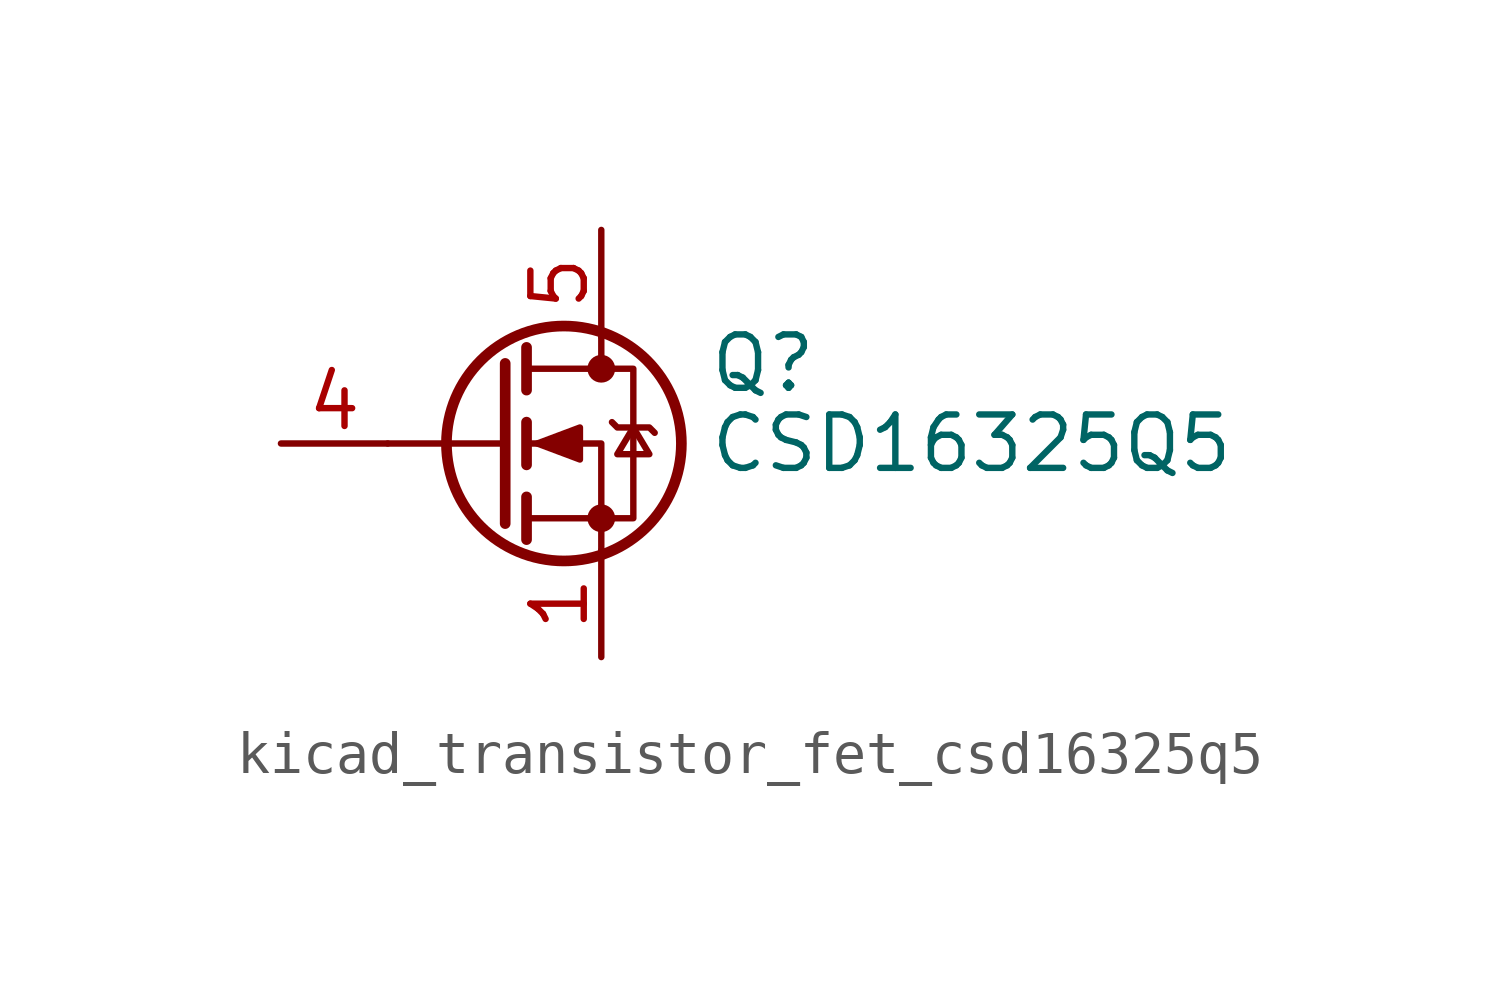
<source format=kicad_sym>
(kicad_symbol_lib
  (version 20220914)
  (generator kicad_symbol_editor)
  (symbol "kicad_transistor_fet_csd16325q5"
    (pin_names hide)
    (property "Reference" "Q"
      (at 5.08 1.905 0)
      (effects (font (size 1.27 1.27)) (justify left)))
    (property "Value" "CSD16325Q5"
      (at 5.08 0 0)
      (effects (font (size 1.27 1.27)) (justify left)))
    (symbol "kicad_transistor_fet_csd16325q5_0_1"
      (polyline (pts (xy 0.254 0) (xy -2.54 0)) (stroke (width 0) (type default)) (fill (type none)))
      (polyline (pts (xy 0.254 1.905) (xy 0.254 -1.905)) (stroke (width 0.254) (type default)) (fill (type none)))
      (polyline (pts (xy 0.762 -1.27) (xy 0.762 -2.286)) (stroke (width 0.254) (type default)) (fill (type none)))
      (polyline (pts (xy 0.762 0.508) (xy 0.762 -0.508)) (stroke (width 0.254) (type default)) (fill (type none)))
      (polyline (pts (xy 0.762 2.286) (xy 0.762 1.27)) (stroke (width 0.254) (type default)) (fill (type none)))
      (polyline (pts (xy 2.54 2.54) (xy 2.54 1.778)) (stroke (width 0) (type default)) (fill (type none)))
      (polyline (pts (xy 2.54 -2.54) (xy 2.54 0) (xy 0.762 0)) (stroke (width 0) (type default)) (fill (type none)))
      (polyline (pts (xy 0.762 -1.778) (xy 3.302 -1.778) (xy 3.302 1.778) (xy 0.762 1.778)) (stroke (width 0) (type default)) (fill (type none)))
      (polyline (pts (xy 1.016 0) (xy 2.032 0.381) (xy 2.032 -0.381) (xy 1.016 0)) (stroke (width 0) (type default)) (fill (type outline)))
      (polyline (pts (xy 2.794 0.508) (xy 2.921 0.381) (xy 3.683 0.381) (xy 3.81 0.254)) (stroke (width 0) (type default)) (fill (type none)))
      (polyline (pts (xy 3.302 0.381) (xy 2.921 -0.254) (xy 3.683 -0.254) (xy 3.302 0.381)) (stroke (width 0) (type default)) (fill (type none)))
      (circle (center 1.651 0) (radius 2.794) (stroke (width 0.254) (type default)) (fill (type none)))
      (circle (center 2.54 -1.778) (radius 0.254) (stroke (width 0) (type default)) (fill (type outline)))
      (circle (center 2.54 1.778) (radius 0.254) (stroke (width 0) (type default)) (fill (type outline))))
    (symbol "kicad_transistor_fet_csd16325q5_1_1"
      (pin passive line (at 2.54 -5.08 90) (length 2.54) (name "S" (effects (font (size 1.27 1.27)))) (number "1" (effects (font (size 1.27 1.27)))))
      (pin passive line (at 2.54 -5.08 90) (length 2.54) hide (name "S" (effects (font (size 1.27 1.27)))) (number "2" (effects (font (size 1.27 1.27)))))
      (pin passive line (at 2.54 -5.08 90) (length 2.54) hide (name "S" (effects (font (size 1.27 1.27)))) (number "3" (effects (font (size 1.27 1.27)))))
      (pin passive line (at -5.08 0 0) (length 2.54) (name "G" (effects (font (size 1.27 1.27)))) (number "4" (effects (font (size 1.27 1.27)))))
      (pin passive line (at 2.54 5.08 270) (length 2.54) (name "D" (effects (font (size 1.27 1.27)))) (number "5" (effects (font (size 1.27 1.27))))))))
</source>
